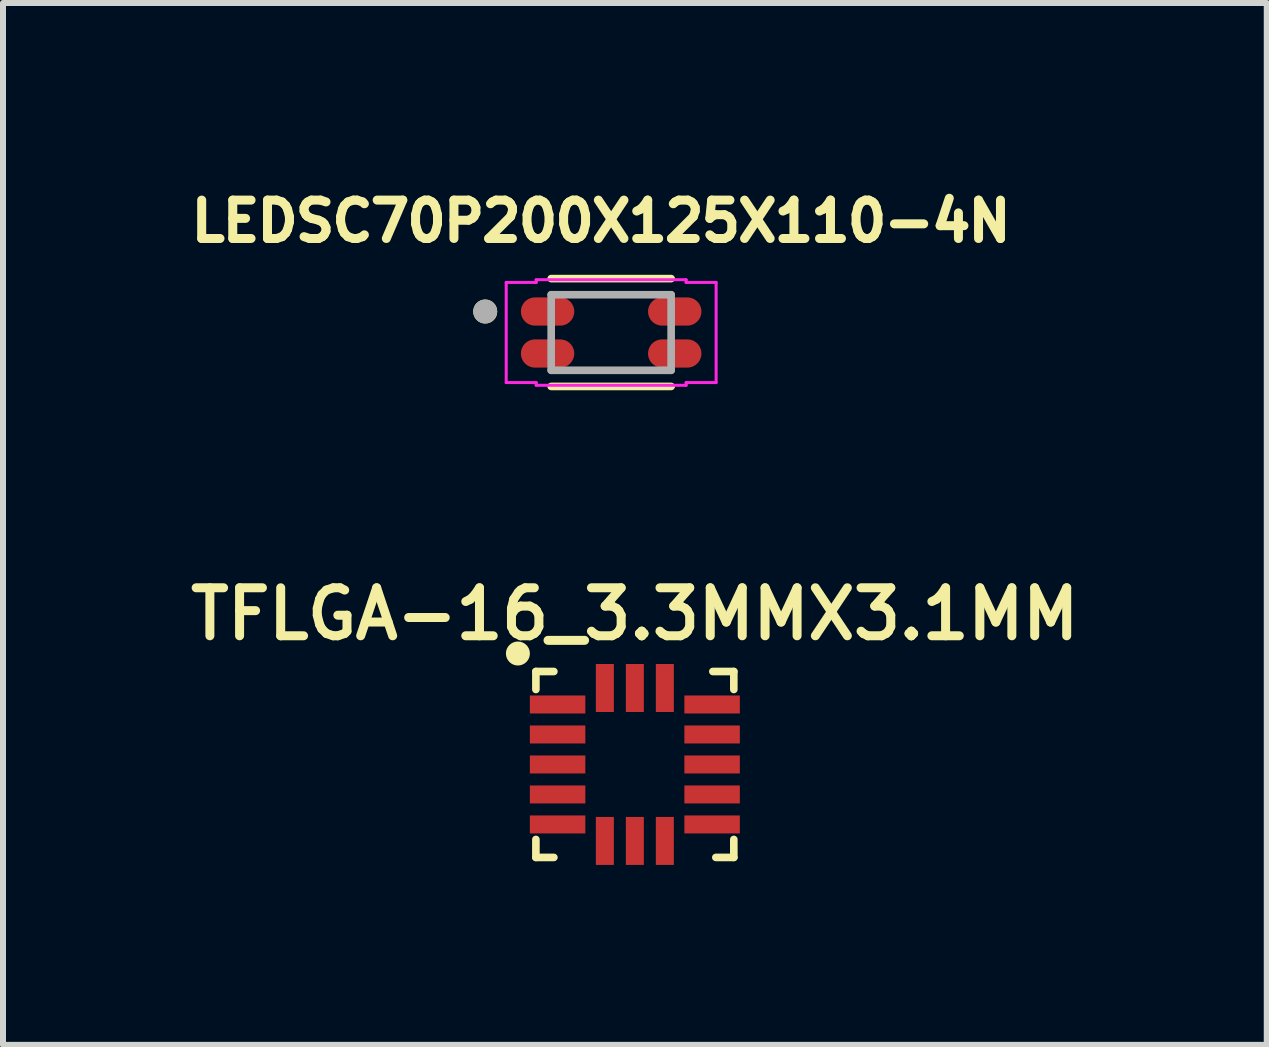
<source format=kicad_pcb>
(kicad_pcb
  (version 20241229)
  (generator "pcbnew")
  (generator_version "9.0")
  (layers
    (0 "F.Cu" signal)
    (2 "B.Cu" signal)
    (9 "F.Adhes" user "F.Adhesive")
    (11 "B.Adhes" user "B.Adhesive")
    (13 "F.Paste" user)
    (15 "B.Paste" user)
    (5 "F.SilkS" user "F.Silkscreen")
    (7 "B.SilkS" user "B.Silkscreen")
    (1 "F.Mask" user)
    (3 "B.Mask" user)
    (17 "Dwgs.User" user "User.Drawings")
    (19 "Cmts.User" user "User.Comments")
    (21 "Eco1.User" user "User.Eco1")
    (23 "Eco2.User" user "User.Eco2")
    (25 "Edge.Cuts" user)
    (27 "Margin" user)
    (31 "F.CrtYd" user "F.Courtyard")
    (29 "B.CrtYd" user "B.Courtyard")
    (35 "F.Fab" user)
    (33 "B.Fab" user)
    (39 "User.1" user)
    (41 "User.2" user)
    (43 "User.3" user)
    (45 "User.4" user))
  (footprint "TFLGA-16_3.3MMX3.1MM"
    (layer "F.Cu")
    (at 7.535 9.696)
    (property "Reference" "TFLGA-16_3.3MMX3.1MM" (at 0 -2.508 0) (layer "F.SilkS") (effects (font (size 0.8 0.8) (thickness 0.15))))
    (attr through_hole)
    (fp_line (start -1.65 -1.55) (end -1.35 -1.55) (stroke (width 0.127) (type solid)) (layer "F.SilkS"))
    (fp_line (start -1.65 -1.25) (end -1.65 -1.55) (stroke (width 0.127) (type solid)) (layer "F.SilkS"))
    (fp_line (start -1.65 1.55) (end -1.65 1.25) (stroke (width 0.127) (type solid)) (layer "F.SilkS"))
    (fp_line (start -1.35 1.55) (end -1.65 1.55) (stroke (width 0.127) (type solid)) (layer "F.SilkS"))
    (fp_line (start 1.3 -1.55) (end 1.65 -1.55) (stroke (width 0.127) (type solid)) (layer "F.SilkS"))
    (fp_line (start 1.65 -1.55) (end 1.65 -1.25) (stroke (width 0.127) (type solid)) (layer "F.SilkS"))
    (fp_line (start 1.65 1.25) (end 1.65 1.55) (stroke (width 0.127) (type solid)) (layer "F.SilkS"))
    (fp_line (start 1.65 1.55) (end 1.35 1.55) (stroke (width 0.127) (type solid)) (layer "F.SilkS"))
    (fp_circle (center -1.95 -1.85) (end -1.75 -1.85) (stroke (width 0) (type solid)) (fill yes) (layer "F.SilkS"))
    (pad "1" smd rect (at -1.288 -1) (size 0.925 0.3) (layers "F.Cu" "F.Mask" "F.Paste"))
    (pad "2" smd rect (at -1.288 -0.5) (size 0.925 0.3) (layers "F.Cu" "F.Mask" "F.Paste"))
    (pad "3" smd rect (at -1.288 0) (size 0.925 0.3) (layers "F.Cu" "F.Mask" "F.Paste"))
    (pad "4" smd rect (at -1.288 0.5) (size 0.925 0.3) (layers "F.Cu" "F.Mask" "F.Paste"))
    (pad "5" smd rect (at -1.288 1) (size 0.925 0.3) (layers "F.Cu" "F.Mask" "F.Paste"))
    (pad "6" smd rect (at -0.5 1.275 90) (size 0.8 0.3) (layers "F.Cu" "F.Mask" "F.Paste"))
    (pad "7" smd rect (at 0 1.275 90) (size 0.8 0.3) (layers "F.Cu" "F.Mask" "F.Paste"))
    (pad "8" smd rect (at 0.5 1.275 90) (size 0.8 0.3) (layers "F.Cu" "F.Mask" "F.Paste"))
    (pad "9" smd rect (at 1.288 1) (size 0.925 0.3) (layers "F.Cu" "F.Mask" "F.Paste"))
    (pad "10" smd rect (at 1.288 0.5) (size 0.925 0.3) (layers "F.Cu" "F.Mask" "F.Paste"))
    (pad "11" smd rect (at 1.288 0) (size 0.925 0.3) (layers "F.Cu" "F.Mask" "F.Paste"))
    (pad "12" smd rect (at 1.288 -0.5) (size 0.925 0.3) (layers "F.Cu" "F.Mask" "F.Paste"))
    (pad "13" smd rect (at 1.288 -1) (size 0.925 0.3) (layers "F.Cu" "F.Mask" "F.Paste"))
    (pad "14" smd rect (at 0.5 -1.275 90) (size 0.8 0.3) (layers "F.Cu" "F.Mask" "F.Paste"))
    (pad "15" smd rect (at 0 -1.275 90) (size 0.8 0.3) (layers "F.Cu" "F.Mask" "F.Paste"))
    (pad "16" smd rect (at -0.5 -1.275 90) (size 0.8 0.3) (layers "F.Cu" "F.Mask" "F.Paste")))
  (footprint "LEDSC70P200X125X110-4N"
    (layer "F.Cu")
    (at 7.14 2.494)
    (property "Reference" "LEDSC70P200X125X110-4N" (at -0.168 -1.856 0) (layer "F.SilkS") (effects (font (size 0.64 0.64) (thickness 0.15))))
    (attr through_hole)
    (fp_line (start -1 0.899) (end 1 0.899) (stroke (width 0.127) (type solid)) (layer "F.SilkS"))
    (fp_line (start 1 -0.899) (end -1 -0.899) (stroke (width 0.127) (type solid)) (layer "F.SilkS"))
    (fp_circle (center -2.1 -0.35) (end -2 -0.35) (stroke (width 0.2) (type solid)) (fill no) (layer "F.SilkS"))
    (fp_line (start -1.75 -0.835) (end -1.75 0.835) (stroke (width 0.05) (type solid)) (layer "F.CrtYd"))
    (fp_line (start -1.75 0.835) (end -1.25 0.835) (stroke (width 0.05) (type solid)) (layer "F.CrtYd"))
    (fp_line (start -1.25 -0.88) (end -1.25 -0.835) (stroke (width 0.05) (type solid)) (layer "F.CrtYd"))
    (fp_line (start -1.25 -0.835) (end -1.75 -0.835) (stroke (width 0.05) (type solid)) (layer "F.CrtYd"))
    (fp_line (start -1.25 0.835) (end -1.25 0.88) (stroke (width 0.05) (type solid)) (layer "F.CrtYd"))
    (fp_line (start -1.25 0.88) (end 1.25 0.88) (stroke (width 0.05) (type solid)) (layer "F.CrtYd"))
    (fp_line (start 1.25 -0.88) (end -1.25 -0.88) (stroke (width 0.05) (type solid)) (layer "F.CrtYd"))
    (fp_line (start 1.25 -0.835) (end 1.25 -0.88) (stroke (width 0.05) (type solid)) (layer "F.CrtYd"))
    (fp_line (start 1.25 0.835) (end 1.75 0.835) (stroke (width 0.05) (type solid)) (layer "F.CrtYd"))
    (fp_line (start 1.25 0.88) (end 1.25 0.835) (stroke (width 0.05) (type solid)) (layer "F.CrtYd"))
    (fp_line (start 1.75 -0.835) (end 1.25 -0.835) (stroke (width 0.05) (type solid)) (layer "F.CrtYd"))
    (fp_line (start 1.75 0.835) (end 1.75 -0.835) (stroke (width 0.05) (type solid)) (layer "F.CrtYd"))
    (fp_line (start -1 -0.63) (end -1 0.63) (stroke (width 0.127) (type solid)) (layer "F.Fab"))
    (fp_line (start -1 0.63) (end 1 0.63) (stroke (width 0.127) (type solid)) (layer "F.Fab"))
    (fp_line (start 1 -0.63) (end -1 -0.63) (stroke (width 0.127) (type solid)) (layer "F.Fab"))
    (fp_line (start 1 0.63) (end 1 -0.63) (stroke (width 0.127) (type solid)) (layer "F.Fab"))
    (fp_circle (center -2.1 -0.35) (end -2 -0.35) (stroke (width 0.2) (type solid)) (fill no) (layer "F.Fab"))
    (pad "1" smd oval (at -1.06 -0.35) (size 0.89 0.47) (layers "F.Cu" "F.Mask" "F.Paste"))
    (pad "2" smd oval (at 1.06 -0.35) (size 0.89 0.47) (layers "F.Cu" "F.Mask" "F.Paste"))
    (pad "3" smd oval (at -1.06 0.35) (size 0.89 0.47) (layers "F.Cu" "F.Mask" "F.Paste"))
    (pad "4" smd oval (at 1.06 0.35) (size 0.89 0.47) (layers "F.Cu" "F.Mask" "F.Paste")))
  (gr_rect
    (start -3 -3)
    (end 18.071 14.371)
    (stroke (width 0.1) (type default))
    (fill no)
    (layer "Edge.Cuts")))
</source>
